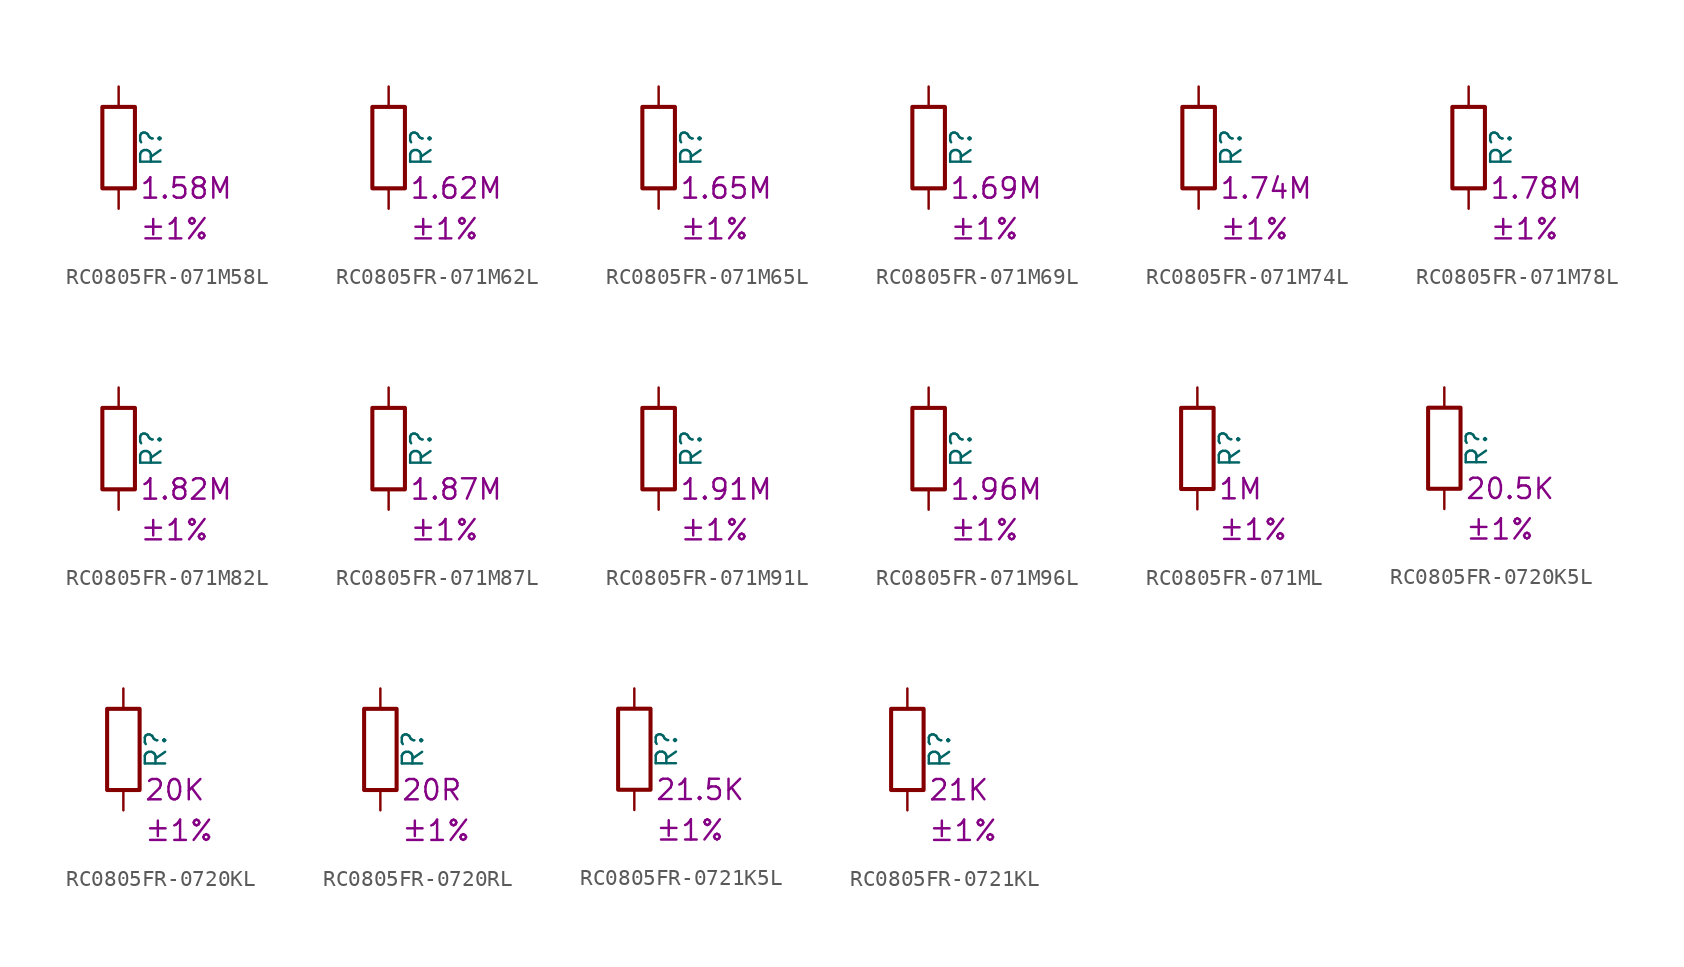
<source format=kicad_sym>
(kicad_symbol_lib
  (version 20220914)
  (generator kicad_symbol_editor)
  (symbol "RC0805FR-071M58L"
    (pin_numbers hide)
    (pin_names
      (offset 0))
    (property "Reference" "R"
      (at 2.032 0 90)
      (effects (font (size 1.27 1.27))))
    (property "Resistance" "1.58M"
      (at 1.27 -2.54 0)
      (effects (font (size 1.27 1.27)) (justify left)))
    (property "Tolerance" "±1%"
      (at 1.27 -5.08 0)
      (effects (font (size 1.27 1.27)) (justify left)))
    (symbol "RC0805FR-071M58L_0_1"
      (rectangle (start -1.016 -2.54) (end 1.016 2.54) (stroke (width 0.254) (type default)) (fill (type none))))
    (symbol "RC0805FR-071M58L_1_1"
      (pin passive line (at 0 3.81 270) (length 1.27) (name "~" (effects (font (size 1.27 1.27)))) (number "1" (effects (font (size 1.27 1.27)))))
      (pin passive line (at 0 -3.81 90) (length 1.27) (name "~" (effects (font (size 1.27 1.27)))) (number "2" (effects (font (size 1.27 1.27)))))))
  (symbol "RC0805FR-071M62L"
    (pin_numbers hide)
    (pin_names
      (offset 0))
    (property "Reference" "R"
      (at 2.032 0 90)
      (effects (font (size 1.27 1.27))))
    (property "Resistance" "1.62M"
      (at 1.27 -2.54 0)
      (effects (font (size 1.27 1.27)) (justify left)))
    (property "Tolerance" "±1%"
      (at 1.27 -5.08 0)
      (effects (font (size 1.27 1.27)) (justify left)))
    (symbol "RC0805FR-071M62L_0_1"
      (rectangle (start -1.016 -2.54) (end 1.016 2.54) (stroke (width 0.254) (type default)) (fill (type none))))
    (symbol "RC0805FR-071M62L_1_1"
      (pin passive line (at 0 3.81 270) (length 1.27) (name "~" (effects (font (size 1.27 1.27)))) (number "1" (effects (font (size 1.27 1.27)))))
      (pin passive line (at 0 -3.81 90) (length 1.27) (name "~" (effects (font (size 1.27 1.27)))) (number "2" (effects (font (size 1.27 1.27)))))))
  (symbol "RC0805FR-071M65L"
    (pin_numbers hide)
    (pin_names
      (offset 0))
    (property "Reference" "R"
      (at 2.032 0 90)
      (effects (font (size 1.27 1.27))))
    (property "Resistance" "1.65M"
      (at 1.27 -2.54 0)
      (effects (font (size 1.27 1.27)) (justify left)))
    (property "Tolerance" "±1%"
      (at 1.27 -5.08 0)
      (effects (font (size 1.27 1.27)) (justify left)))
    (symbol "RC0805FR-071M65L_0_1"
      (rectangle (start -1.016 -2.54) (end 1.016 2.54) (stroke (width 0.254) (type default)) (fill (type none))))
    (symbol "RC0805FR-071M65L_1_1"
      (pin passive line (at 0 3.81 270) (length 1.27) (name "~" (effects (font (size 1.27 1.27)))) (number "1" (effects (font (size 1.27 1.27)))))
      (pin passive line (at 0 -3.81 90) (length 1.27) (name "~" (effects (font (size 1.27 1.27)))) (number "2" (effects (font (size 1.27 1.27)))))))
  (symbol "RC0805FR-071M69L"
    (pin_numbers hide)
    (pin_names
      (offset 0))
    (property "Reference" "R"
      (at 2.032 0 90)
      (effects (font (size 1.27 1.27))))
    (property "Resistance" "1.69M"
      (at 1.27 -2.54 0)
      (effects (font (size 1.27 1.27)) (justify left)))
    (property "Tolerance" "±1%"
      (at 1.27 -5.08 0)
      (effects (font (size 1.27 1.27)) (justify left)))
    (symbol "RC0805FR-071M69L_0_1"
      (rectangle (start -1.016 -2.54) (end 1.016 2.54) (stroke (width 0.254) (type default)) (fill (type none))))
    (symbol "RC0805FR-071M69L_1_1"
      (pin passive line (at 0 3.81 270) (length 1.27) (name "~" (effects (font (size 1.27 1.27)))) (number "1" (effects (font (size 1.27 1.27)))))
      (pin passive line (at 0 -3.81 90) (length 1.27) (name "~" (effects (font (size 1.27 1.27)))) (number "2" (effects (font (size 1.27 1.27)))))))
  (symbol "RC0805FR-071M74L"
    (pin_numbers hide)
    (pin_names
      (offset 0))
    (property "Reference" "R"
      (at 2.032 0 90)
      (effects (font (size 1.27 1.27))))
    (property "Resistance" "1.74M"
      (at 1.27 -2.54 0)
      (effects (font (size 1.27 1.27)) (justify left)))
    (property "Tolerance" "±1%"
      (at 1.27 -5.08 0)
      (effects (font (size 1.27 1.27)) (justify left)))
    (symbol "RC0805FR-071M74L_0_1"
      (rectangle (start -1.016 -2.54) (end 1.016 2.54) (stroke (width 0.254) (type default)) (fill (type none))))
    (symbol "RC0805FR-071M74L_1_1"
      (pin passive line (at 0 3.81 270) (length 1.27) (name "~" (effects (font (size 1.27 1.27)))) (number "1" (effects (font (size 1.27 1.27)))))
      (pin passive line (at 0 -3.81 90) (length 1.27) (name "~" (effects (font (size 1.27 1.27)))) (number "2" (effects (font (size 1.27 1.27)))))))
  (symbol "RC0805FR-071M78L"
    (pin_numbers hide)
    (pin_names
      (offset 0))
    (property "Reference" "R"
      (at 2.032 0 90)
      (effects (font (size 1.27 1.27))))
    (property "Resistance" "1.78M"
      (at 1.27 -2.54 0)
      (effects (font (size 1.27 1.27)) (justify left)))
    (property "Tolerance" "±1%"
      (at 1.27 -5.08 0)
      (effects (font (size 1.27 1.27)) (justify left)))
    (symbol "RC0805FR-071M78L_0_1"
      (rectangle (start -1.016 -2.54) (end 1.016 2.54) (stroke (width 0.254) (type default)) (fill (type none))))
    (symbol "RC0805FR-071M78L_1_1"
      (pin passive line (at 0 3.81 270) (length 1.27) (name "~" (effects (font (size 1.27 1.27)))) (number "1" (effects (font (size 1.27 1.27)))))
      (pin passive line (at 0 -3.81 90) (length 1.27) (name "~" (effects (font (size 1.27 1.27)))) (number "2" (effects (font (size 1.27 1.27)))))))
  (symbol "RC0805FR-071M82L"
    (pin_numbers hide)
    (pin_names
      (offset 0))
    (property "Reference" "R"
      (at 2.032 0 90)
      (effects (font (size 1.27 1.27))))
    (property "Resistance" "1.82M"
      (at 1.27 -2.54 0)
      (effects (font (size 1.27 1.27)) (justify left)))
    (property "Tolerance" "±1%"
      (at 1.27 -5.08 0)
      (effects (font (size 1.27 1.27)) (justify left)))
    (symbol "RC0805FR-071M82L_0_1"
      (rectangle (start -1.016 -2.54) (end 1.016 2.54) (stroke (width 0.254) (type default)) (fill (type none))))
    (symbol "RC0805FR-071M82L_1_1"
      (pin passive line (at 0 3.81 270) (length 1.27) (name "~" (effects (font (size 1.27 1.27)))) (number "1" (effects (font (size 1.27 1.27)))))
      (pin passive line (at 0 -3.81 90) (length 1.27) (name "~" (effects (font (size 1.27 1.27)))) (number "2" (effects (font (size 1.27 1.27)))))))
  (symbol "RC0805FR-071M87L"
    (pin_numbers hide)
    (pin_names
      (offset 0))
    (property "Reference" "R"
      (at 2.032 0 90)
      (effects (font (size 1.27 1.27))))
    (property "Resistance" "1.87M"
      (at 1.27 -2.54 0)
      (effects (font (size 1.27 1.27)) (justify left)))
    (property "Tolerance" "±1%"
      (at 1.27 -5.08 0)
      (effects (font (size 1.27 1.27)) (justify left)))
    (symbol "RC0805FR-071M87L_0_1"
      (rectangle (start -1.016 -2.54) (end 1.016 2.54) (stroke (width 0.254) (type default)) (fill (type none))))
    (symbol "RC0805FR-071M87L_1_1"
      (pin passive line (at 0 3.81 270) (length 1.27) (name "~" (effects (font (size 1.27 1.27)))) (number "1" (effects (font (size 1.27 1.27)))))
      (pin passive line (at 0 -3.81 90) (length 1.27) (name "~" (effects (font (size 1.27 1.27)))) (number "2" (effects (font (size 1.27 1.27)))))))
  (symbol "RC0805FR-071M91L"
    (pin_numbers hide)
    (pin_names
      (offset 0))
    (property "Reference" "R"
      (at 2.032 0 90)
      (effects (font (size 1.27 1.27))))
    (property "Resistance" "1.91M"
      (at 1.27 -2.54 0)
      (effects (font (size 1.27 1.27)) (justify left)))
    (property "Tolerance" "±1%"
      (at 1.27 -5.08 0)
      (effects (font (size 1.27 1.27)) (justify left)))
    (symbol "RC0805FR-071M91L_0_1"
      (rectangle (start -1.016 -2.54) (end 1.016 2.54) (stroke (width 0.254) (type default)) (fill (type none))))
    (symbol "RC0805FR-071M91L_1_1"
      (pin passive line (at 0 3.81 270) (length 1.27) (name "~" (effects (font (size 1.27 1.27)))) (number "1" (effects (font (size 1.27 1.27)))))
      (pin passive line (at 0 -3.81 90) (length 1.27) (name "~" (effects (font (size 1.27 1.27)))) (number "2" (effects (font (size 1.27 1.27)))))))
  (symbol "RC0805FR-071M96L"
    (pin_numbers hide)
    (pin_names
      (offset 0))
    (property "Reference" "R"
      (at 2.032 0 90)
      (effects (font (size 1.27 1.27))))
    (property "Resistance" "1.96M"
      (at 1.27 -2.54 0)
      (effects (font (size 1.27 1.27)) (justify left)))
    (property "Tolerance" "±1%"
      (at 1.27 -5.08 0)
      (effects (font (size 1.27 1.27)) (justify left)))
    (symbol "RC0805FR-071M96L_0_1"
      (rectangle (start -1.016 -2.54) (end 1.016 2.54) (stroke (width 0.254) (type default)) (fill (type none))))
    (symbol "RC0805FR-071M96L_1_1"
      (pin passive line (at 0 3.81 270) (length 1.27) (name "~" (effects (font (size 1.27 1.27)))) (number "1" (effects (font (size 1.27 1.27)))))
      (pin passive line (at 0 -3.81 90) (length 1.27) (name "~" (effects (font (size 1.27 1.27)))) (number "2" (effects (font (size 1.27 1.27)))))))
  (symbol "RC0805FR-071ML"
    (pin_numbers hide)
    (pin_names
      (offset 0))
    (property "Reference" "R"
      (at 2.032 0 90)
      (effects (font (size 1.27 1.27))))
    (property "Resistance" "1M"
      (at 1.27 -2.54 0)
      (effects (font (size 1.27 1.27)) (justify left)))
    (property "Tolerance" "±1%"
      (at 1.27 -5.08 0)
      (effects (font (size 1.27 1.27)) (justify left)))
    (symbol "RC0805FR-071ML_0_1"
      (rectangle (start -1.016 -2.54) (end 1.016 2.54) (stroke (width 0.254) (type default)) (fill (type none))))
    (symbol "RC0805FR-071ML_1_1"
      (pin passive line (at 0 3.81 270) (length 1.27) (name "~" (effects (font (size 1.27 1.27)))) (number "1" (effects (font (size 1.27 1.27)))))
      (pin passive line (at 0 -3.81 90) (length 1.27) (name "~" (effects (font (size 1.27 1.27)))) (number "2" (effects (font (size 1.27 1.27)))))))
  (symbol "RC0805FR-0720K5L"
    (pin_numbers hide)
    (pin_names
      (offset 0))
    (property "Reference" "R"
      (at 2.032 0 90)
      (effects (font (size 1.27 1.27))))
    (property "Resistance" "20.5K"
      (at 1.27 -2.54 0)
      (effects (font (size 1.27 1.27)) (justify left)))
    (property "Tolerance" "±1%"
      (at 1.27 -5.08 0)
      (effects (font (size 1.27 1.27)) (justify left)))
    (symbol "RC0805FR-0720K5L_0_1"
      (rectangle (start -1.016 -2.54) (end 1.016 2.54) (stroke (width 0.254) (type default)) (fill (type none))))
    (symbol "RC0805FR-0720K5L_1_1"
      (pin passive line (at 0 3.81 270) (length 1.27) (name "~" (effects (font (size 1.27 1.27)))) (number "1" (effects (font (size 1.27 1.27)))))
      (pin passive line (at 0 -3.81 90) (length 1.27) (name "~" (effects (font (size 1.27 1.27)))) (number "2" (effects (font (size 1.27 1.27)))))))
  (symbol "RC0805FR-0720KL"
    (pin_numbers hide)
    (pin_names
      (offset 0))
    (property "Reference" "R"
      (at 2.032 0 90)
      (effects (font (size 1.27 1.27))))
    (property "Resistance" "20K"
      (at 1.27 -2.54 0)
      (effects (font (size 1.27 1.27)) (justify left)))
    (property "Tolerance" "±1%"
      (at 1.27 -5.08 0)
      (effects (font (size 1.27 1.27)) (justify left)))
    (symbol "RC0805FR-0720KL_0_1"
      (rectangle (start -1.016 -2.54) (end 1.016 2.54) (stroke (width 0.254) (type default)) (fill (type none))))
    (symbol "RC0805FR-0720KL_1_1"
      (pin passive line (at 0 3.81 270) (length 1.27) (name "~" (effects (font (size 1.27 1.27)))) (number "1" (effects (font (size 1.27 1.27)))))
      (pin passive line (at 0 -3.81 90) (length 1.27) (name "~" (effects (font (size 1.27 1.27)))) (number "2" (effects (font (size 1.27 1.27)))))))
  (symbol "RC0805FR-0720RL"
    (pin_numbers hide)
    (pin_names
      (offset 0))
    (property "Reference" "R"
      (at 2.032 0 90)
      (effects (font (size 1.27 1.27))))
    (property "Resistance" "20R"
      (at 1.27 -2.54 0)
      (effects (font (size 1.27 1.27)) (justify left)))
    (property "Tolerance" "±1%"
      (at 1.27 -5.08 0)
      (effects (font (size 1.27 1.27)) (justify left)))
    (symbol "RC0805FR-0720RL_0_1"
      (rectangle (start -1.016 -2.54) (end 1.016 2.54) (stroke (width 0.254) (type default)) (fill (type none))))
    (symbol "RC0805FR-0720RL_1_1"
      (pin passive line (at 0 3.81 270) (length 1.27) (name "~" (effects (font (size 1.27 1.27)))) (number "1" (effects (font (size 1.27 1.27)))))
      (pin passive line (at 0 -3.81 90) (length 1.27) (name "~" (effects (font (size 1.27 1.27)))) (number "2" (effects (font (size 1.27 1.27)))))))
  (symbol "RC0805FR-0721K5L"
    (pin_numbers hide)
    (pin_names
      (offset 0))
    (property "Reference" "R"
      (at 2.032 0 90)
      (effects (font (size 1.27 1.27))))
    (property "Resistance" "21.5K"
      (at 1.27 -2.54 0)
      (effects (font (size 1.27 1.27)) (justify left)))
    (property "Tolerance" "±1%"
      (at 1.27 -5.08 0)
      (effects (font (size 1.27 1.27)) (justify left)))
    (symbol "RC0805FR-0721K5L_0_1"
      (rectangle (start -1.016 -2.54) (end 1.016 2.54) (stroke (width 0.254) (type default)) (fill (type none))))
    (symbol "RC0805FR-0721K5L_1_1"
      (pin passive line (at 0 3.81 270) (length 1.27) (name "~" (effects (font (size 1.27 1.27)))) (number "1" (effects (font (size 1.27 1.27)))))
      (pin passive line (at 0 -3.81 90) (length 1.27) (name "~" (effects (font (size 1.27 1.27)))) (number "2" (effects (font (size 1.27 1.27)))))))
  (symbol "RC0805FR-0721KL"
    (pin_numbers hide)
    (pin_names
      (offset 0))
    (property "Reference" "R"
      (at 2.032 0 90)
      (effects (font (size 1.27 1.27))))
    (property "Resistance" "21K"
      (at 1.27 -2.54 0)
      (effects (font (size 1.27 1.27)) (justify left)))
    (property "Tolerance" "±1%"
      (at 1.27 -5.08 0)
      (effects (font (size 1.27 1.27)) (justify left)))
    (symbol "RC0805FR-0721KL_0_1"
      (rectangle (start -1.016 -2.54) (end 1.016 2.54) (stroke (width 0.254) (type default)) (fill (type none))))
    (symbol "RC0805FR-0721KL_1_1"
      (pin passive line (at 0 3.81 270) (length 1.27) (name "~" (effects (font (size 1.27 1.27)))) (number "1" (effects (font (size 1.27 1.27)))))
      (pin passive line (at 0 -3.81 90) (length 1.27) (name "~" (effects (font (size 1.27 1.27)))) (number "2" (effects (font (size 1.27 1.27))))))))
</source>
